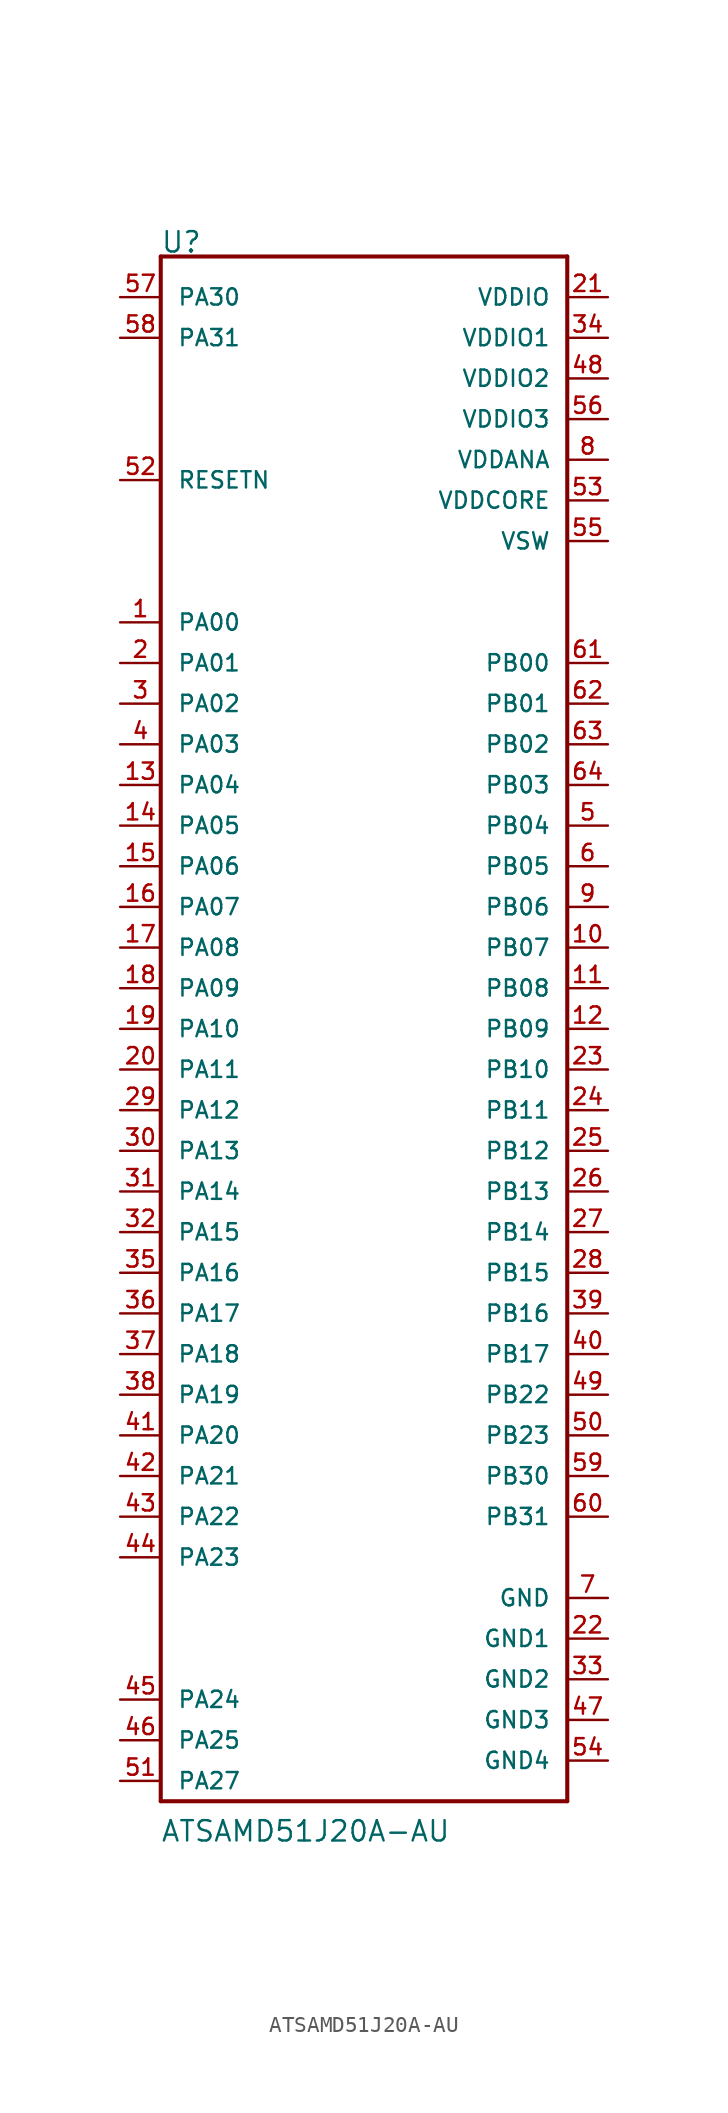
<source format=kicad_sym>
(kicad_symbol_lib
  (version 20220914)
  (generator kicad_symbol_editor)
  (symbol "ATSAMD51J20A-AU"
    (pin_names
      (offset 1.016))
    (property "Reference" "U"
      (at -12.725 48.412 0)
      (effects (font (size 1.27 1.27)) (justify left bottom)))
    (property "Value" "ATSAMD51J20A-AU"
      (at -12.725 -50.876 0)
      (effects (font (size 1.27 1.27)) (justify left bottom)))
    (symbol "ATSAMD51J20A-AU_0_0"
      (polyline (pts (xy -12.7 -48.26) (xy 12.7 -48.26)) (stroke (width 0.254) (type default)) (fill (type none)))
      (polyline (pts (xy -12.7 48.26) (xy -12.7 -48.26)) (stroke (width 0.254) (type default)) (fill (type none)))
      (polyline (pts (xy 12.7 -48.26) (xy 12.7 48.26)) (stroke (width 0.254) (type default)) (fill (type none)))
      (polyline (pts (xy 12.7 48.26) (xy -12.7 48.26)) (stroke (width 0.254) (type default)) (fill (type none)))
      (pin bidirectional line (at -15.24 25.4 0) (length 2.54) (name "PA00" (effects (font (size 1.016 1.016)))) (number "1" (effects (font (size 1.016 1.016)))))
      (pin bidirectional line (at 15.24 5.08 180) (length 2.54) (name "PB07" (effects (font (size 1.016 1.016)))) (number "10" (effects (font (size 1.016 1.016)))))
      (pin bidirectional line (at 15.24 2.54 180) (length 2.54) (name "PB08" (effects (font (size 1.016 1.016)))) (number "11" (effects (font (size 1.016 1.016)))))
      (pin bidirectional line (at 15.24 0 180) (length 2.54) (name "PB09" (effects (font (size 1.016 1.016)))) (number "12" (effects (font (size 1.016 1.016)))))
      (pin bidirectional line (at -15.24 15.24 0) (length 2.54) (name "PA04" (effects (font (size 1.016 1.016)))) (number "13" (effects (font (size 1.016 1.016)))))
      (pin bidirectional line (at -15.24 12.7 0) (length 2.54) (name "PA05" (effects (font (size 1.016 1.016)))) (number "14" (effects (font (size 1.016 1.016)))))
      (pin bidirectional line (at -15.24 10.16 0) (length 2.54) (name "PA06" (effects (font (size 1.016 1.016)))) (number "15" (effects (font (size 1.016 1.016)))))
      (pin bidirectional line (at -15.24 7.62 0) (length 2.54) (name "PA07" (effects (font (size 1.016 1.016)))) (number "16" (effects (font (size 1.016 1.016)))))
      (pin bidirectional line (at -15.24 5.08 0) (length 2.54) (name "PA08" (effects (font (size 1.016 1.016)))) (number "17" (effects (font (size 1.016 1.016)))))
      (pin bidirectional line (at -15.24 2.54 0) (length 2.54) (name "PA09" (effects (font (size 1.016 1.016)))) (number "18" (effects (font (size 1.016 1.016)))))
      (pin bidirectional line (at -15.24 0 0) (length 2.54) (name "PA10" (effects (font (size 1.016 1.016)))) (number "19" (effects (font (size 1.016 1.016)))))
      (pin bidirectional line (at -15.24 22.86 0) (length 2.54) (name "PA01" (effects (font (size 1.016 1.016)))) (number "2" (effects (font (size 1.016 1.016)))))
      (pin bidirectional line (at -15.24 -2.54 0) (length 2.54) (name "PA11" (effects (font (size 1.016 1.016)))) (number "20" (effects (font (size 1.016 1.016)))))
      (pin power_in line (at 15.24 45.72 180) (length 2.54) (name "VDDIO" (effects (font (size 1.016 1.016)))) (number "21" (effects (font (size 1.016 1.016)))))
      (pin power_in line (at 15.24 -38.1 180) (length 2.54) (name "GND1" (effects (font (size 1.016 1.016)))) (number "22" (effects (font (size 1.016 1.016)))))
      (pin bidirectional line (at 15.24 -2.54 180) (length 2.54) (name "PB10" (effects (font (size 1.016 1.016)))) (number "23" (effects (font (size 1.016 1.016)))))
      (pin bidirectional line (at 15.24 -5.08 180) (length 2.54) (name "PB11" (effects (font (size 1.016 1.016)))) (number "24" (effects (font (size 1.016 1.016)))))
      (pin bidirectional line (at 15.24 -7.62 180) (length 2.54) (name "PB12" (effects (font (size 1.016 1.016)))) (number "25" (effects (font (size 1.016 1.016)))))
      (pin bidirectional line (at 15.24 -10.16 180) (length 2.54) (name "PB13" (effects (font (size 1.016 1.016)))) (number "26" (effects (font (size 1.016 1.016)))))
      (pin bidirectional line (at 15.24 -12.7 180) (length 2.54) (name "PB14" (effects (font (size 1.016 1.016)))) (number "27" (effects (font (size 1.016 1.016)))))
      (pin bidirectional line (at 15.24 -15.24 180) (length 2.54) (name "PB15" (effects (font (size 1.016 1.016)))) (number "28" (effects (font (size 1.016 1.016)))))
      (pin bidirectional line (at -15.24 -5.08 0) (length 2.54) (name "PA12" (effects (font (size 1.016 1.016)))) (number "29" (effects (font (size 1.016 1.016)))))
      (pin bidirectional line (at -15.24 20.32 0) (length 2.54) (name "PA02" (effects (font (size 1.016 1.016)))) (number "3" (effects (font (size 1.016 1.016)))))
      (pin bidirectional line (at -15.24 -7.62 0) (length 2.54) (name "PA13" (effects (font (size 1.016 1.016)))) (number "30" (effects (font (size 1.016 1.016)))))
      (pin bidirectional line (at -15.24 -10.16 0) (length 2.54) (name "PA14" (effects (font (size 1.016 1.016)))) (number "31" (effects (font (size 1.016 1.016)))))
      (pin bidirectional line (at -15.24 -12.7 0) (length 2.54) (name "PA15" (effects (font (size 1.016 1.016)))) (number "32" (effects (font (size 1.016 1.016)))))
      (pin power_in line (at 15.24 -40.64 180) (length 2.54) (name "GND2" (effects (font (size 1.016 1.016)))) (number "33" (effects (font (size 1.016 1.016)))))
      (pin power_in line (at 15.24 43.18 180) (length 2.54) (name "VDDIO1" (effects (font (size 1.016 1.016)))) (number "34" (effects (font (size 1.016 1.016)))))
      (pin bidirectional line (at -15.24 -15.24 0) (length 2.54) (name "PA16" (effects (font (size 1.016 1.016)))) (number "35" (effects (font (size 1.016 1.016)))))
      (pin bidirectional line (at -15.24 -17.78 0) (length 2.54) (name "PA17" (effects (font (size 1.016 1.016)))) (number "36" (effects (font (size 1.016 1.016)))))
      (pin bidirectional line (at -15.24 -20.32 0) (length 2.54) (name "PA18" (effects (font (size 1.016 1.016)))) (number "37" (effects (font (size 1.016 1.016)))))
      (pin bidirectional line (at -15.24 -22.86 0) (length 2.54) (name "PA19" (effects (font (size 1.016 1.016)))) (number "38" (effects (font (size 1.016 1.016)))))
      (pin bidirectional line (at 15.24 -17.78 180) (length 2.54) (name "PB16" (effects (font (size 1.016 1.016)))) (number "39" (effects (font (size 1.016 1.016)))))
      (pin bidirectional line (at -15.24 17.78 0) (length 2.54) (name "PA03" (effects (font (size 1.016 1.016)))) (number "4" (effects (font (size 1.016 1.016)))))
      (pin bidirectional line (at 15.24 -20.32 180) (length 2.54) (name "PB17" (effects (font (size 1.016 1.016)))) (number "40" (effects (font (size 1.016 1.016)))))
      (pin bidirectional line (at -15.24 -25.4 0) (length 2.54) (name "PA20" (effects (font (size 1.016 1.016)))) (number "41" (effects (font (size 1.016 1.016)))))
      (pin bidirectional line (at -15.24 -27.94 0) (length 2.54) (name "PA21" (effects (font (size 1.016 1.016)))) (number "42" (effects (font (size 1.016 1.016)))))
      (pin bidirectional line (at -15.24 -30.48 0) (length 2.54) (name "PA22" (effects (font (size 1.016 1.016)))) (number "43" (effects (font (size 1.016 1.016)))))
      (pin bidirectional line (at -15.24 -33.02 0) (length 2.54) (name "PA23" (effects (font (size 1.016 1.016)))) (number "44" (effects (font (size 1.016 1.016)))))
      (pin bidirectional line (at -15.24 -41.91 0) (length 2.54) (name "PA24" (effects (font (size 1.016 1.016)))) (number "45" (effects (font (size 1.016 1.016)))))
      (pin bidirectional line (at -15.24 -44.45 0) (length 2.54) (name "PA25" (effects (font (size 1.016 1.016)))) (number "46" (effects (font (size 1.016 1.016)))))
      (pin power_in line (at 15.24 -43.18 180) (length 2.54) (name "GND3" (effects (font (size 1.016 1.016)))) (number "47" (effects (font (size 1.016 1.016)))))
      (pin power_in line (at 15.24 40.64 180) (length 2.54) (name "VDDIO2" (effects (font (size 1.016 1.016)))) (number "48" (effects (font (size 1.016 1.016)))))
      (pin bidirectional line (at 15.24 -22.86 180) (length 2.54) (name "PB22" (effects (font (size 1.016 1.016)))) (number "49" (effects (font (size 1.016 1.016)))))
      (pin bidirectional line (at 15.24 12.7 180) (length 2.54) (name "PB04" (effects (font (size 1.016 1.016)))) (number "5" (effects (font (size 1.016 1.016)))))
      (pin bidirectional line (at 15.24 -25.4 180) (length 2.54) (name "PB23" (effects (font (size 1.016 1.016)))) (number "50" (effects (font (size 1.016 1.016)))))
      (pin bidirectional line (at -15.24 -46.99 0) (length 2.54) (name "PA27" (effects (font (size 1.016 1.016)))) (number "51" (effects (font (size 1.016 1.016)))))
      (pin input line (at -15.24 34.29 0) (length 2.54) (name "RESETN" (effects (font (size 1.016 1.016)))) (number "52" (effects (font (size 1.016 1.016)))))
      (pin power_in line (at 15.24 33.02 180) (length 2.54) (name "VDDCORE" (effects (font (size 1.016 1.016)))) (number "53" (effects (font (size 1.016 1.016)))))
      (pin power_in line (at 15.24 -45.72 180) (length 2.54) (name "GND4" (effects (font (size 1.016 1.016)))) (number "54" (effects (font (size 1.016 1.016)))))
      (pin power_in line (at 15.24 30.48 180) (length 2.54) (name "VSW" (effects (font (size 1.016 1.016)))) (number "55" (effects (font (size 1.016 1.016)))))
      (pin power_in line (at 15.24 38.1 180) (length 2.54) (name "VDDIO3" (effects (font (size 1.016 1.016)))) (number "56" (effects (font (size 1.016 1.016)))))
      (pin bidirectional line (at -15.24 45.72 0) (length 2.54) (name "PA30" (effects (font (size 1.016 1.016)))) (number "57" (effects (font (size 1.016 1.016)))))
      (pin bidirectional line (at -15.24 43.18 0) (length 2.54) (name "PA31" (effects (font (size 1.016 1.016)))) (number "58" (effects (font (size 1.016 1.016)))))
      (pin bidirectional line (at 15.24 -27.94 180) (length 2.54) (name "PB30" (effects (font (size 1.016 1.016)))) (number "59" (effects (font (size 1.016 1.016)))))
      (pin bidirectional line (at 15.24 10.16 180) (length 2.54) (name "PB05" (effects (font (size 1.016 1.016)))) (number "6" (effects (font (size 1.016 1.016)))))
      (pin bidirectional line (at 15.24 -30.48 180) (length 2.54) (name "PB31" (effects (font (size 1.016 1.016)))) (number "60" (effects (font (size 1.016 1.016)))))
      (pin bidirectional line (at 15.24 22.86 180) (length 2.54) (name "PB00" (effects (font (size 1.016 1.016)))) (number "61" (effects (font (size 1.016 1.016)))))
      (pin bidirectional line (at 15.24 20.32 180) (length 2.54) (name "PB01" (effects (font (size 1.016 1.016)))) (number "62" (effects (font (size 1.016 1.016)))))
      (pin bidirectional line (at 15.24 17.78 180) (length 2.54) (name "PB02" (effects (font (size 1.016 1.016)))) (number "63" (effects (font (size 1.016 1.016)))))
      (pin bidirectional line (at 15.24 15.24 180) (length 2.54) (name "PB03" (effects (font (size 1.016 1.016)))) (number "64" (effects (font (size 1.016 1.016)))))
      (pin power_in line (at 15.24 -35.56 180) (length 2.54) (name "GND" (effects (font (size 1.016 1.016)))) (number "7" (effects (font (size 1.016 1.016)))))
      (pin power_in line (at 15.24 35.56 180) (length 2.54) (name "VDDANA" (effects (font (size 1.016 1.016)))) (number "8" (effects (font (size 1.016 1.016)))))
      (pin bidirectional line (at 15.24 7.62 180) (length 2.54) (name "PB06" (effects (font (size 1.016 1.016)))) (number "9" (effects (font (size 1.016 1.016))))))))
</source>
